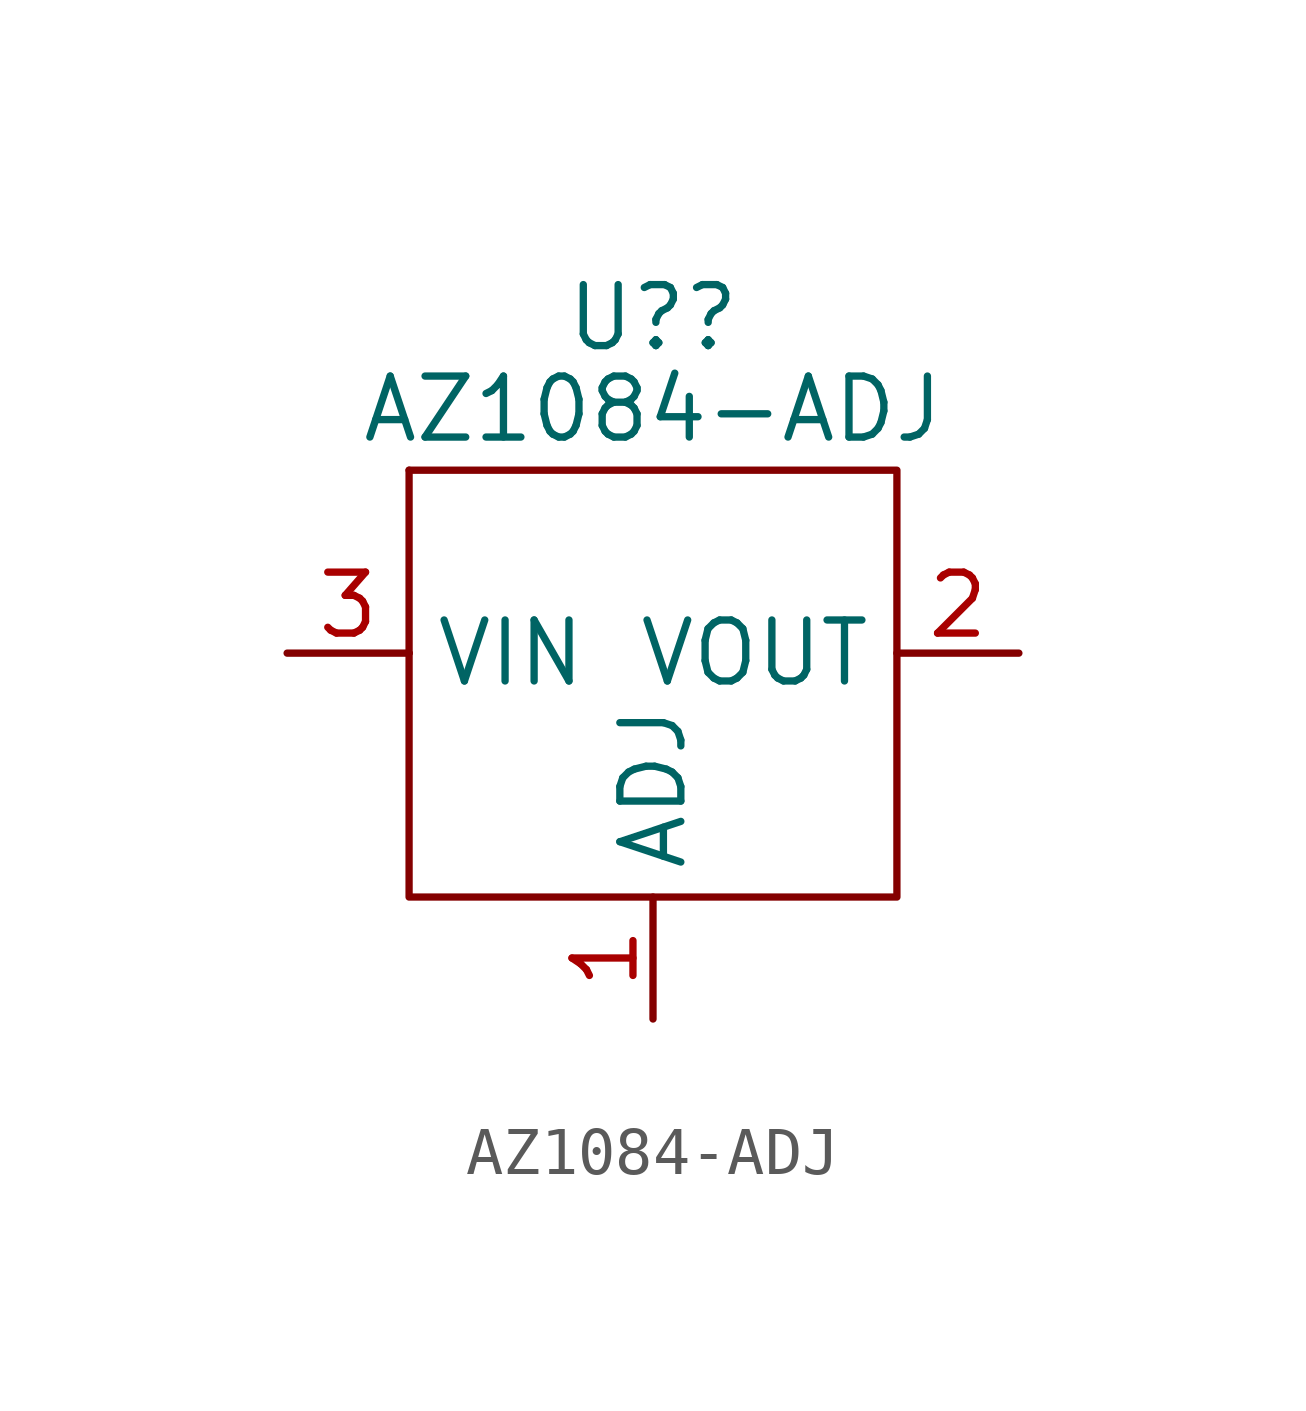
<source format=kicad_sym>
(kicad_symbol_lib
  (version 20210619)
  (generator kicad_symbol_editor)
  (symbol "AZ1084-ADJ:AZ1084-ADJ"
    (property "Reference" "U?"
      (at 0 6.985 0)
      (effects (font (size 1.27 1.27))))
    (property "Value" "AZ1084-ADJ"
      (at 0 5.08 0)
      (effects (font (size 1.27 1.27))))
    (symbol "AZ1084-ADJ_0_1"
      (polyline (pts (xy -5.08 3.81) (xy -5.08 0)) (stroke (width 0.152)) (fill (type none)))
      (polyline (pts (xy -5.08 0) (xy -5.08 -5.08) (xy 5.08 -5.08) (xy 5.08 3.81) (xy -5.08 3.81)) (stroke (width 0.152)) (fill (type none))))
    (symbol "AZ1084-ADJ_1_1"
      (pin input line (at 0 -7.62 90) (length 2.54) (name "ADJ" (effects (font (size 1.27 1.27)))) (number "1" (effects (font (size 1.27 1.27)))))
      (pin output line (at 7.62 0 180) (length 2.54) (name "VOUT" (effects (font (size 1.27 1.27)))) (number "2" (effects (font (size 1.27 1.27)))))
      (pin input line (at -7.62 0 0) (length 2.54) (name "VIN" (effects (font (size 1.27 1.27)))) (number "3" (effects (font (size 1.27 1.27))))))))
</source>
